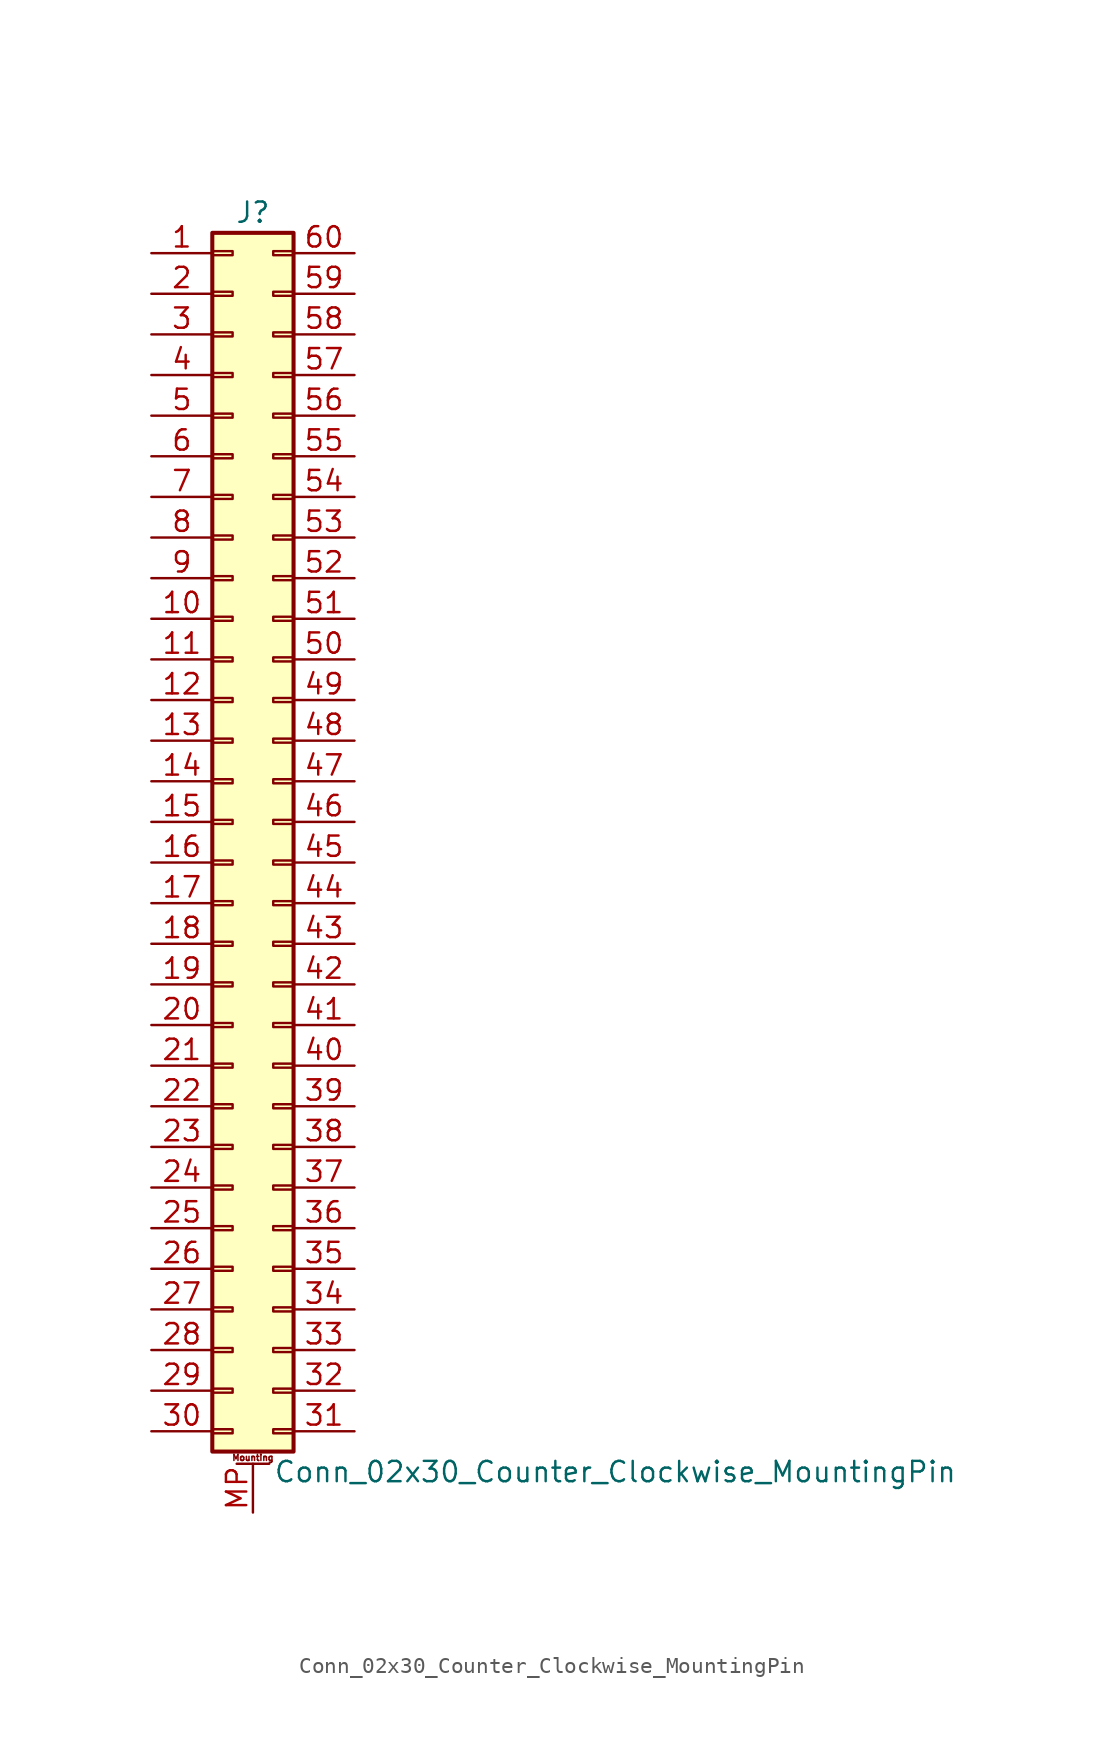
<source format=kicad_sym>
(kicad_symbol_lib
  (version 20211014)
  (generator kicad_symbol_editor)
  (symbol "Conn_02x30_Counter_Clockwise_MountingPin"
    (pin_names
      (offset 1.016) hide)
    (property "Reference" "J"
      (at 1.27 38.1 0)
      (effects (font (size 1.27 1.27))))
    (property "Value" "Conn_02x30_Counter_Clockwise_MountingPin"
      (at 2.54 -40.64 0)
      (effects (font (size 1.27 1.27)) (justify left)))
    (symbol "Conn_02x30_Counter_Clockwise_MountingPin_1_1"
      (rectangle (start -1.27 -37.973) (end 0 -38.227) (stroke (width 0.152) (type default) (color 0 0 0 0)) (fill (type none)))
      (rectangle (start -1.27 -35.433) (end 0 -35.687) (stroke (width 0.152) (type default) (color 0 0 0 0)) (fill (type none)))
      (rectangle (start -1.27 -32.893) (end 0 -33.147) (stroke (width 0.152) (type default) (color 0 0 0 0)) (fill (type none)))
      (rectangle (start -1.27 -30.353) (end 0 -30.607) (stroke (width 0.152) (type default) (color 0 0 0 0)) (fill (type none)))
      (rectangle (start -1.27 -27.813) (end 0 -28.067) (stroke (width 0.152) (type default) (color 0 0 0 0)) (fill (type none)))
      (rectangle (start -1.27 -25.273) (end 0 -25.527) (stroke (width 0.152) (type default) (color 0 0 0 0)) (fill (type none)))
      (rectangle (start -1.27 -22.733) (end 0 -22.987) (stroke (width 0.152) (type default) (color 0 0 0 0)) (fill (type none)))
      (rectangle (start -1.27 -20.193) (end 0 -20.447) (stroke (width 0.152) (type default) (color 0 0 0 0)) (fill (type none)))
      (rectangle (start -1.27 -17.653) (end 0 -17.907) (stroke (width 0.152) (type default) (color 0 0 0 0)) (fill (type none)))
      (rectangle (start -1.27 -15.113) (end 0 -15.367) (stroke (width 0.152) (type default) (color 0 0 0 0)) (fill (type none)))
      (rectangle (start -1.27 -12.573) (end 0 -12.827) (stroke (width 0.152) (type default) (color 0 0 0 0)) (fill (type none)))
      (rectangle (start -1.27 -10.033) (end 0 -10.287) (stroke (width 0.152) (type default) (color 0 0 0 0)) (fill (type none)))
      (rectangle (start -1.27 -7.493) (end 0 -7.747) (stroke (width 0.152) (type default) (color 0 0 0 0)) (fill (type none)))
      (rectangle (start -1.27 -4.953) (end 0 -5.207) (stroke (width 0.152) (type default) (color 0 0 0 0)) (fill (type none)))
      (rectangle (start -1.27 -2.413) (end 0 -2.667) (stroke (width 0.152) (type default) (color 0 0 0 0)) (fill (type none)))
      (rectangle (start -1.27 0.127) (end 0 -0.127) (stroke (width 0.152) (type default) (color 0 0 0 0)) (fill (type none)))
      (rectangle (start -1.27 2.667) (end 0 2.413) (stroke (width 0.152) (type default) (color 0 0 0 0)) (fill (type none)))
      (rectangle (start -1.27 5.207) (end 0 4.953) (stroke (width 0.152) (type default) (color 0 0 0 0)) (fill (type none)))
      (rectangle (start -1.27 7.747) (end 0 7.493) (stroke (width 0.152) (type default) (color 0 0 0 0)) (fill (type none)))
      (rectangle (start -1.27 10.287) (end 0 10.033) (stroke (width 0.152) (type default) (color 0 0 0 0)) (fill (type none)))
      (rectangle (start -1.27 12.827) (end 0 12.573) (stroke (width 0.152) (type default) (color 0 0 0 0)) (fill (type none)))
      (rectangle (start -1.27 15.367) (end 0 15.113) (stroke (width 0.152) (type default) (color 0 0 0 0)) (fill (type none)))
      (rectangle (start -1.27 17.907) (end 0 17.653) (stroke (width 0.152) (type default) (color 0 0 0 0)) (fill (type none)))
      (rectangle (start -1.27 20.447) (end 0 20.193) (stroke (width 0.152) (type default) (color 0 0 0 0)) (fill (type none)))
      (rectangle (start -1.27 22.987) (end 0 22.733) (stroke (width 0.152) (type default) (color 0 0 0 0)) (fill (type none)))
      (rectangle (start -1.27 25.527) (end 0 25.273) (stroke (width 0.152) (type default) (color 0 0 0 0)) (fill (type none)))
      (rectangle (start -1.27 28.067) (end 0 27.813) (stroke (width 0.152) (type default) (color 0 0 0 0)) (fill (type none)))
      (rectangle (start -1.27 30.607) (end 0 30.353) (stroke (width 0.152) (type default) (color 0 0 0 0)) (fill (type none)))
      (rectangle (start -1.27 33.147) (end 0 32.893) (stroke (width 0.152) (type default) (color 0 0 0 0)) (fill (type none)))
      (rectangle (start -1.27 35.687) (end 0 35.433) (stroke (width 0.152) (type default) (color 0 0 0 0)) (fill (type none)))
      (rectangle (start -1.27 36.83) (end 3.81 -39.37) (stroke (width 0.254) (type default) (color 0 0 0 0)) (fill (type background)))
      (polyline (pts (xy 0.254 -40.132) (xy 2.286 -40.132)) (stroke (width 0.152) (type default) (color 0 0 0 0)) (fill (type none)))
      (rectangle (start 3.81 -37.973) (end 2.54 -38.227) (stroke (width 0.152) (type default) (color 0 0 0 0)) (fill (type none)))
      (rectangle (start 3.81 -35.433) (end 2.54 -35.687) (stroke (width 0.152) (type default) (color 0 0 0 0)) (fill (type none)))
      (rectangle (start 3.81 -32.893) (end 2.54 -33.147) (stroke (width 0.152) (type default) (color 0 0 0 0)) (fill (type none)))
      (rectangle (start 3.81 -30.353) (end 2.54 -30.607) (stroke (width 0.152) (type default) (color 0 0 0 0)) (fill (type none)))
      (rectangle (start 3.81 -27.813) (end 2.54 -28.067) (stroke (width 0.152) (type default) (color 0 0 0 0)) (fill (type none)))
      (rectangle (start 3.81 -25.273) (end 2.54 -25.527) (stroke (width 0.152) (type default) (color 0 0 0 0)) (fill (type none)))
      (rectangle (start 3.81 -22.733) (end 2.54 -22.987) (stroke (width 0.152) (type default) (color 0 0 0 0)) (fill (type none)))
      (rectangle (start 3.81 -20.193) (end 2.54 -20.447) (stroke (width 0.152) (type default) (color 0 0 0 0)) (fill (type none)))
      (rectangle (start 3.81 -17.653) (end 2.54 -17.907) (stroke (width 0.152) (type default) (color 0 0 0 0)) (fill (type none)))
      (rectangle (start 3.81 -15.113) (end 2.54 -15.367) (stroke (width 0.152) (type default) (color 0 0 0 0)) (fill (type none)))
      (rectangle (start 3.81 -12.573) (end 2.54 -12.827) (stroke (width 0.152) (type default) (color 0 0 0 0)) (fill (type none)))
      (rectangle (start 3.81 -10.033) (end 2.54 -10.287) (stroke (width 0.152) (type default) (color 0 0 0 0)) (fill (type none)))
      (rectangle (start 3.81 -7.493) (end 2.54 -7.747) (stroke (width 0.152) (type default) (color 0 0 0 0)) (fill (type none)))
      (rectangle (start 3.81 -4.953) (end 2.54 -5.207) (stroke (width 0.152) (type default) (color 0 0 0 0)) (fill (type none)))
      (rectangle (start 3.81 -2.413) (end 2.54 -2.667) (stroke (width 0.152) (type default) (color 0 0 0 0)) (fill (type none)))
      (rectangle (start 3.81 0.127) (end 2.54 -0.127) (stroke (width 0.152) (type default) (color 0 0 0 0)) (fill (type none)))
      (rectangle (start 3.81 2.667) (end 2.54 2.413) (stroke (width 0.152) (type default) (color 0 0 0 0)) (fill (type none)))
      (rectangle (start 3.81 5.207) (end 2.54 4.953) (stroke (width 0.152) (type default) (color 0 0 0 0)) (fill (type none)))
      (rectangle (start 3.81 7.747) (end 2.54 7.493) (stroke (width 0.152) (type default) (color 0 0 0 0)) (fill (type none)))
      (rectangle (start 3.81 10.287) (end 2.54 10.033) (stroke (width 0.152) (type default) (color 0 0 0 0)) (fill (type none)))
      (rectangle (start 3.81 12.827) (end 2.54 12.573) (stroke (width 0.152) (type default) (color 0 0 0 0)) (fill (type none)))
      (rectangle (start 3.81 15.367) (end 2.54 15.113) (stroke (width 0.152) (type default) (color 0 0 0 0)) (fill (type none)))
      (rectangle (start 3.81 17.907) (end 2.54 17.653) (stroke (width 0.152) (type default) (color 0 0 0 0)) (fill (type none)))
      (rectangle (start 3.81 20.447) (end 2.54 20.193) (stroke (width 0.152) (type default) (color 0 0 0 0)) (fill (type none)))
      (rectangle (start 3.81 22.987) (end 2.54 22.733) (stroke (width 0.152) (type default) (color 0 0 0 0)) (fill (type none)))
      (rectangle (start 3.81 25.527) (end 2.54 25.273) (stroke (width 0.152) (type default) (color 0 0 0 0)) (fill (type none)))
      (rectangle (start 3.81 28.067) (end 2.54 27.813) (stroke (width 0.152) (type default) (color 0 0 0 0)) (fill (type none)))
      (rectangle (start 3.81 30.607) (end 2.54 30.353) (stroke (width 0.152) (type default) (color 0 0 0 0)) (fill (type none)))
      (rectangle (start 3.81 33.147) (end 2.54 32.893) (stroke (width 0.152) (type default) (color 0 0 0 0)) (fill (type none)))
      (rectangle (start 3.81 35.687) (end 2.54 35.433) (stroke (width 0.152) (type default) (color 0 0 0 0)) (fill (type none)))
      (text "Mounting" (at 1.27 -39.751 0) (effects (font (size 0.381 0.381))))
      (pin passive line (at -5.08 35.56 0) (length 3.81) (name "Pin_1" (effects (font (size 1.27 1.27)))) (number "1" (effects (font (size 1.27 1.27)))))
      (pin passive line (at -5.08 12.7 0) (length 3.81) (name "Pin_10" (effects (font (size 1.27 1.27)))) (number "10" (effects (font (size 1.27 1.27)))))
      (pin passive line (at -5.08 10.16 0) (length 3.81) (name "Pin_11" (effects (font (size 1.27 1.27)))) (number "11" (effects (font (size 1.27 1.27)))))
      (pin passive line (at -5.08 7.62 0) (length 3.81) (name "Pin_12" (effects (font (size 1.27 1.27)))) (number "12" (effects (font (size 1.27 1.27)))))
      (pin passive line (at -5.08 5.08 0) (length 3.81) (name "Pin_13" (effects (font (size 1.27 1.27)))) (number "13" (effects (font (size 1.27 1.27)))))
      (pin passive line (at -5.08 2.54 0) (length 3.81) (name "Pin_14" (effects (font (size 1.27 1.27)))) (number "14" (effects (font (size 1.27 1.27)))))
      (pin passive line (at -5.08 0 0) (length 3.81) (name "Pin_15" (effects (font (size 1.27 1.27)))) (number "15" (effects (font (size 1.27 1.27)))))
      (pin passive line (at -5.08 -2.54 0) (length 3.81) (name "Pin_16" (effects (font (size 1.27 1.27)))) (number "16" (effects (font (size 1.27 1.27)))))
      (pin passive line (at -5.08 -5.08 0) (length 3.81) (name "Pin_17" (effects (font (size 1.27 1.27)))) (number "17" (effects (font (size 1.27 1.27)))))
      (pin passive line (at -5.08 -7.62 0) (length 3.81) (name "Pin_18" (effects (font (size 1.27 1.27)))) (number "18" (effects (font (size 1.27 1.27)))))
      (pin passive line (at -5.08 -10.16 0) (length 3.81) (name "Pin_19" (effects (font (size 1.27 1.27)))) (number "19" (effects (font (size 1.27 1.27)))))
      (pin passive line (at -5.08 33.02 0) (length 3.81) (name "Pin_2" (effects (font (size 1.27 1.27)))) (number "2" (effects (font (size 1.27 1.27)))))
      (pin passive line (at -5.08 -12.7 0) (length 3.81) (name "Pin_20" (effects (font (size 1.27 1.27)))) (number "20" (effects (font (size 1.27 1.27)))))
      (pin passive line (at -5.08 -15.24 0) (length 3.81) (name "Pin_21" (effects (font (size 1.27 1.27)))) (number "21" (effects (font (size 1.27 1.27)))))
      (pin passive line (at -5.08 -17.78 0) (length 3.81) (name "Pin_22" (effects (font (size 1.27 1.27)))) (number "22" (effects (font (size 1.27 1.27)))))
      (pin passive line (at -5.08 -20.32 0) (length 3.81) (name "Pin_23" (effects (font (size 1.27 1.27)))) (number "23" (effects (font (size 1.27 1.27)))))
      (pin passive line (at -5.08 -22.86 0) (length 3.81) (name "Pin_24" (effects (font (size 1.27 1.27)))) (number "24" (effects (font (size 1.27 1.27)))))
      (pin passive line (at -5.08 -25.4 0) (length 3.81) (name "Pin_25" (effects (font (size 1.27 1.27)))) (number "25" (effects (font (size 1.27 1.27)))))
      (pin passive line (at -5.08 -27.94 0) (length 3.81) (name "Pin_26" (effects (font (size 1.27 1.27)))) (number "26" (effects (font (size 1.27 1.27)))))
      (pin passive line (at -5.08 -30.48 0) (length 3.81) (name "Pin_27" (effects (font (size 1.27 1.27)))) (number "27" (effects (font (size 1.27 1.27)))))
      (pin passive line (at -5.08 -33.02 0) (length 3.81) (name "Pin_28" (effects (font (size 1.27 1.27)))) (number "28" (effects (font (size 1.27 1.27)))))
      (pin passive line (at -5.08 -35.56 0) (length 3.81) (name "Pin_29" (effects (font (size 1.27 1.27)))) (number "29" (effects (font (size 1.27 1.27)))))
      (pin passive line (at -5.08 30.48 0) (length 3.81) (name "Pin_3" (effects (font (size 1.27 1.27)))) (number "3" (effects (font (size 1.27 1.27)))))
      (pin passive line (at -5.08 -38.1 0) (length 3.81) (name "Pin_30" (effects (font (size 1.27 1.27)))) (number "30" (effects (font (size 1.27 1.27)))))
      (pin passive line (at 7.62 -38.1 180) (length 3.81) (name "Pin_31" (effects (font (size 1.27 1.27)))) (number "31" (effects (font (size 1.27 1.27)))))
      (pin passive line (at 7.62 -35.56 180) (length 3.81) (name "Pin_32" (effects (font (size 1.27 1.27)))) (number "32" (effects (font (size 1.27 1.27)))))
      (pin passive line (at 7.62 -33.02 180) (length 3.81) (name "Pin_33" (effects (font (size 1.27 1.27)))) (number "33" (effects (font (size 1.27 1.27)))))
      (pin passive line (at 7.62 -30.48 180) (length 3.81) (name "Pin_34" (effects (font (size 1.27 1.27)))) (number "34" (effects (font (size 1.27 1.27)))))
      (pin passive line (at 7.62 -27.94 180) (length 3.81) (name "Pin_35" (effects (font (size 1.27 1.27)))) (number "35" (effects (font (size 1.27 1.27)))))
      (pin passive line (at 7.62 -25.4 180) (length 3.81) (name "Pin_36" (effects (font (size 1.27 1.27)))) (number "36" (effects (font (size 1.27 1.27)))))
      (pin passive line (at 7.62 -22.86 180) (length 3.81) (name "Pin_37" (effects (font (size 1.27 1.27)))) (number "37" (effects (font (size 1.27 1.27)))))
      (pin passive line (at 7.62 -20.32 180) (length 3.81) (name "Pin_38" (effects (font (size 1.27 1.27)))) (number "38" (effects (font (size 1.27 1.27)))))
      (pin passive line (at 7.62 -17.78 180) (length 3.81) (name "Pin_39" (effects (font (size 1.27 1.27)))) (number "39" (effects (font (size 1.27 1.27)))))
      (pin passive line (at -5.08 27.94 0) (length 3.81) (name "Pin_4" (effects (font (size 1.27 1.27)))) (number "4" (effects (font (size 1.27 1.27)))))
      (pin passive line (at 7.62 -15.24 180) (length 3.81) (name "Pin_40" (effects (font (size 1.27 1.27)))) (number "40" (effects (font (size 1.27 1.27)))))
      (pin passive line (at 7.62 -12.7 180) (length 3.81) (name "Pin_41" (effects (font (size 1.27 1.27)))) (number "41" (effects (font (size 1.27 1.27)))))
      (pin passive line (at 7.62 -10.16 180) (length 3.81) (name "Pin_42" (effects (font (size 1.27 1.27)))) (number "42" (effects (font (size 1.27 1.27)))))
      (pin passive line (at 7.62 -7.62 180) (length 3.81) (name "Pin_43" (effects (font (size 1.27 1.27)))) (number "43" (effects (font (size 1.27 1.27)))))
      (pin passive line (at 7.62 -5.08 180) (length 3.81) (name "Pin_44" (effects (font (size 1.27 1.27)))) (number "44" (effects (font (size 1.27 1.27)))))
      (pin passive line (at 7.62 -2.54 180) (length 3.81) (name "Pin_45" (effects (font (size 1.27 1.27)))) (number "45" (effects (font (size 1.27 1.27)))))
      (pin passive line (at 7.62 0 180) (length 3.81) (name "Pin_46" (effects (font (size 1.27 1.27)))) (number "46" (effects (font (size 1.27 1.27)))))
      (pin passive line (at 7.62 2.54 180) (length 3.81) (name "Pin_47" (effects (font (size 1.27 1.27)))) (number "47" (effects (font (size 1.27 1.27)))))
      (pin passive line (at 7.62 5.08 180) (length 3.81) (name "Pin_48" (effects (font (size 1.27 1.27)))) (number "48" (effects (font (size 1.27 1.27)))))
      (pin passive line (at 7.62 7.62 180) (length 3.81) (name "Pin_49" (effects (font (size 1.27 1.27)))) (number "49" (effects (font (size 1.27 1.27)))))
      (pin passive line (at -5.08 25.4 0) (length 3.81) (name "Pin_5" (effects (font (size 1.27 1.27)))) (number "5" (effects (font (size 1.27 1.27)))))
      (pin passive line (at 7.62 10.16 180) (length 3.81) (name "Pin_50" (effects (font (size 1.27 1.27)))) (number "50" (effects (font (size 1.27 1.27)))))
      (pin passive line (at 7.62 12.7 180) (length 3.81) (name "Pin_51" (effects (font (size 1.27 1.27)))) (number "51" (effects (font (size 1.27 1.27)))))
      (pin passive line (at 7.62 15.24 180) (length 3.81) (name "Pin_52" (effects (font (size 1.27 1.27)))) (number "52" (effects (font (size 1.27 1.27)))))
      (pin passive line (at 7.62 17.78 180) (length 3.81) (name "Pin_53" (effects (font (size 1.27 1.27)))) (number "53" (effects (font (size 1.27 1.27)))))
      (pin passive line (at 7.62 20.32 180) (length 3.81) (name "Pin_54" (effects (font (size 1.27 1.27)))) (number "54" (effects (font (size 1.27 1.27)))))
      (pin passive line (at 7.62 22.86 180) (length 3.81) (name "Pin_55" (effects (font (size 1.27 1.27)))) (number "55" (effects (font (size 1.27 1.27)))))
      (pin passive line (at 7.62 25.4 180) (length 3.81) (name "Pin_56" (effects (font (size 1.27 1.27)))) (number "56" (effects (font (size 1.27 1.27)))))
      (pin passive line (at 7.62 27.94 180) (length 3.81) (name "Pin_57" (effects (font (size 1.27 1.27)))) (number "57" (effects (font (size 1.27 1.27)))))
      (pin passive line (at 7.62 30.48 180) (length 3.81) (name "Pin_58" (effects (font (size 1.27 1.27)))) (number "58" (effects (font (size 1.27 1.27)))))
      (pin passive line (at 7.62 33.02 180) (length 3.81) (name "Pin_59" (effects (font (size 1.27 1.27)))) (number "59" (effects (font (size 1.27 1.27)))))
      (pin passive line (at -5.08 22.86 0) (length 3.81) (name "Pin_6" (effects (font (size 1.27 1.27)))) (number "6" (effects (font (size 1.27 1.27)))))
      (pin passive line (at 7.62 35.56 180) (length 3.81) (name "Pin_60" (effects (font (size 1.27 1.27)))) (number "60" (effects (font (size 1.27 1.27)))))
      (pin passive line (at -5.08 20.32 0) (length 3.81) (name "Pin_7" (effects (font (size 1.27 1.27)))) (number "7" (effects (font (size 1.27 1.27)))))
      (pin passive line (at -5.08 17.78 0) (length 3.81) (name "Pin_8" (effects (font (size 1.27 1.27)))) (number "8" (effects (font (size 1.27 1.27)))))
      (pin passive line (at -5.08 15.24 0) (length 3.81) (name "Pin_9" (effects (font (size 1.27 1.27)))) (number "9" (effects (font (size 1.27 1.27)))))
      (pin passive line (at 1.27 -43.18 90) (length 3.048) (name "MountPin" (effects (font (size 1.27 1.27)))) (number "MP" (effects (font (size 1.27 1.27))))))))
</source>
